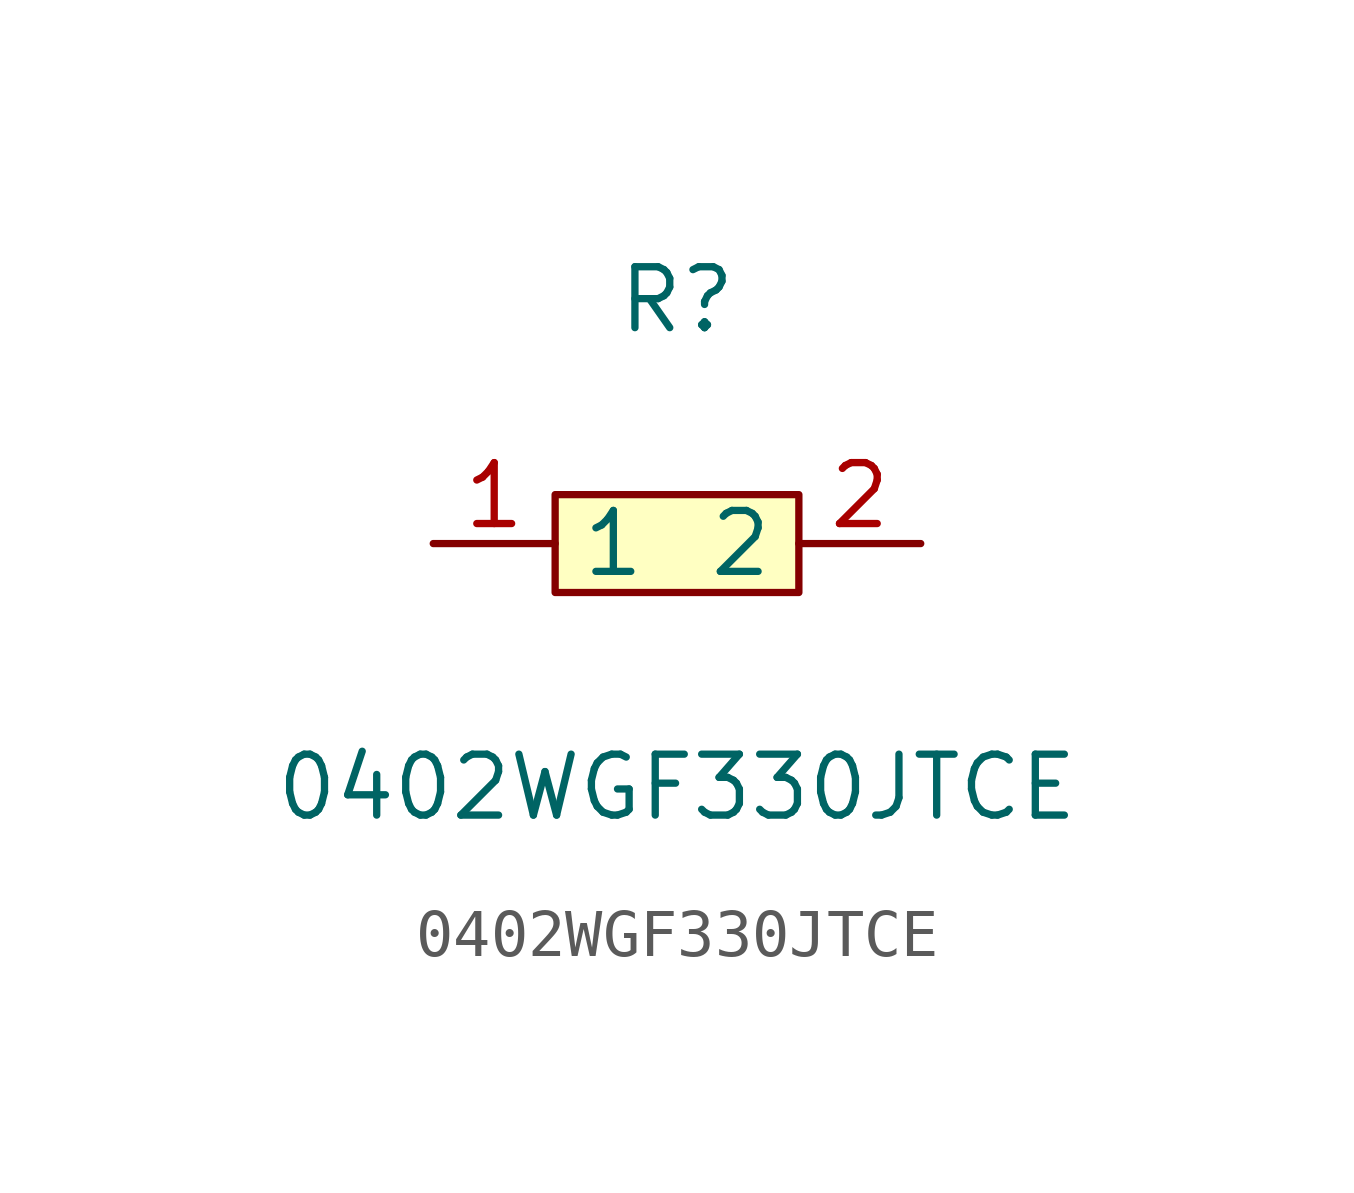
<source format=kicad_sym>
(kicad_symbol_lib
  (version 1)
  (generator "faebryk")
  (symbol "0402WGF330JTCE"
    (property "Reference" "R"
      (at 0 5.08 0)
      (effects (font (size 1.27 1.27)) (hide no)))
    (property "Value" "0402WGF330JTCE"
      (at 0 -5.08 0)
      (effects (font (size 1.27 1.27)) (hide no)))
    (symbol "0402WGF330JTCE_0_1"
      (rectangle (start -2.54 1.02) (end 2.54 -1.02) (stroke (width 0) (type default) (color 0 0 0 0)) (fill (type background)))
      (pin input line (at 5.08 0 180) (length 2.54) (name "2" (effects (font (size 1.27 1.27)) (hide no))) (number "2" (effects (font (size 1.27 1.27)) (hide no))))
      (pin input line (at -5.08 0 0) (length 2.54) (name "1" (effects (font (size 1.27 1.27)) (hide no))) (number "1" (effects (font (size 1.27 1.27)) (hide no)))))))
</source>
